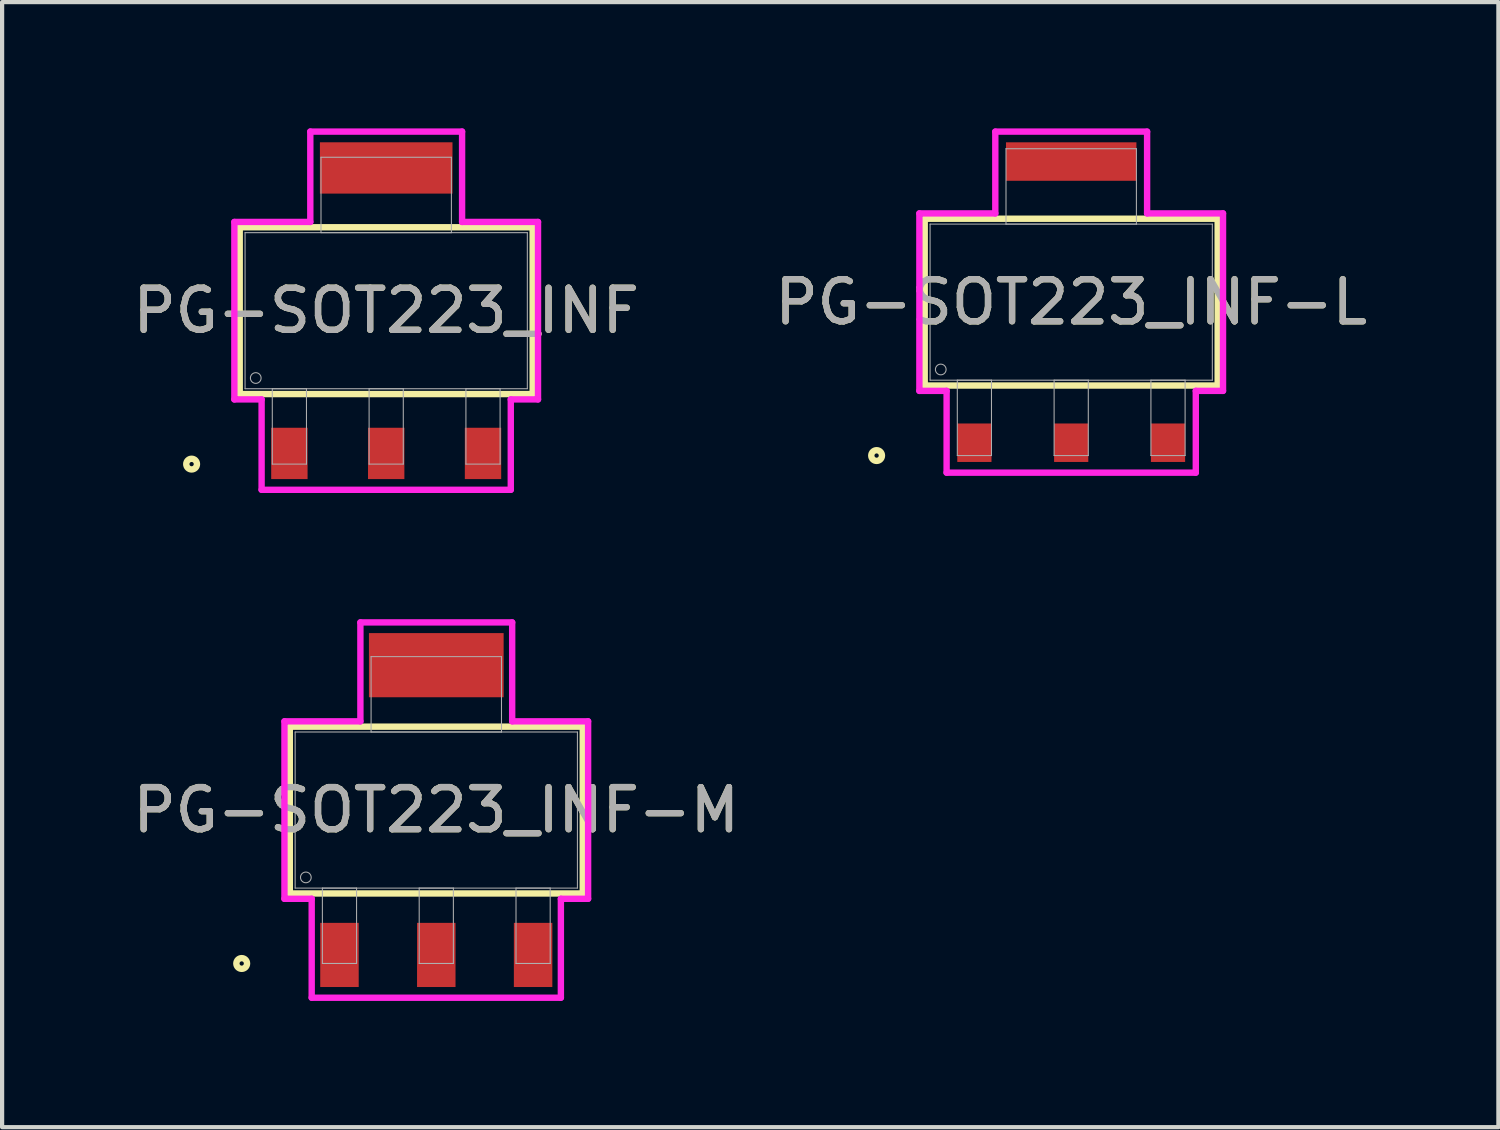
<source format=kicad_pcb>
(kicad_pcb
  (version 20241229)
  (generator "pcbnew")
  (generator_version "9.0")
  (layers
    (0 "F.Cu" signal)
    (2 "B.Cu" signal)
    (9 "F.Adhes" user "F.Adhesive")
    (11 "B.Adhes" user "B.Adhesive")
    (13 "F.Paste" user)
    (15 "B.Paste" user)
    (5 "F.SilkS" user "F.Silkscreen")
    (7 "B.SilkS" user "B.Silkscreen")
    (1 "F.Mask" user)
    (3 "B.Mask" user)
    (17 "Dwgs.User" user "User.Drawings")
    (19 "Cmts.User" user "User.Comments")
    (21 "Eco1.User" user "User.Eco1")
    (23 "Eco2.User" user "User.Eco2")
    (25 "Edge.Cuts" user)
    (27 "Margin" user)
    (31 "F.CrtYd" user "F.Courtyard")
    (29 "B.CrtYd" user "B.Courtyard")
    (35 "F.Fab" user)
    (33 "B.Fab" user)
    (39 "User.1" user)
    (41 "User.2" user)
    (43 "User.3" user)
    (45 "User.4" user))
  (footprint "PG-SOT223_INF"
    (layer "F.Cu")
    (at 6.125 4.331)
    (property "Reference" "PG-SOT223_INF" (at 0 0 0) (unlocked yes) (layer "F.SilkS") (effects (font (size 1 1) (thickness 0.15))))
    (attr smd)
    (fp_line (start -3.48 -1.981) (end -3.48 1.981) (stroke (width 0.152) (type solid)) (layer "F.SilkS"))
    (fp_line (start -3.48 1.981) (end 3.48 1.981) (stroke (width 0.152) (type solid)) (layer "F.SilkS"))
    (fp_line (start 3.48 -1.981) (end -3.48 -1.981) (stroke (width 0.152) (type solid)) (layer "F.SilkS"))
    (fp_line (start 3.48 1.981) (end 3.48 -1.981) (stroke (width 0.152) (type solid)) (layer "F.SilkS"))
    (fp_circle (center -4.623 3.645) (end -4.496 3.645) (stroke (width 0.152) (type solid)) (fill no) (layer "F.SilkS"))
    (fp_line (start -3.607 -2.108) (end -1.803 -2.108) (stroke (width 0.152) (type solid)) (layer "F.CrtYd"))
    (fp_line (start -3.607 2.108) (end -3.607 -2.108) (stroke (width 0.152) (type solid)) (layer "F.CrtYd"))
    (fp_line (start -2.96 2.108) (end -3.607 2.108) (stroke (width 0.152) (type solid)) (layer "F.CrtYd"))
    (fp_line (start -2.96 4.255) (end -2.96 2.108) (stroke (width 0.152) (type solid)) (layer "F.CrtYd"))
    (fp_line (start -1.803 -4.255) (end 1.803 -4.255) (stroke (width 0.152) (type solid)) (layer "F.CrtYd"))
    (fp_line (start -1.803 -2.108) (end -1.803 -4.255) (stroke (width 0.152) (type solid)) (layer "F.CrtYd"))
    (fp_line (start 1.803 -4.255) (end 1.803 -2.108) (stroke (width 0.152) (type solid)) (layer "F.CrtYd"))
    (fp_line (start 1.803 -2.108) (end 3.607 -2.108) (stroke (width 0.152) (type solid)) (layer "F.CrtYd"))
    (fp_line (start 2.96 2.108) (end 2.96 4.255) (stroke (width 0.152) (type solid)) (layer "F.CrtYd"))
    (fp_line (start 2.96 4.255) (end -2.96 4.255) (stroke (width 0.152) (type solid)) (layer "F.CrtYd"))
    (fp_line (start 3.607 -2.108) (end 3.607 2.108) (stroke (width 0.152) (type solid)) (layer "F.CrtYd"))
    (fp_line (start 3.607 2.108) (end 2.96 2.108) (stroke (width 0.152) (type solid)) (layer "F.CrtYd"))
    (fp_line (start -3.353 -1.854) (end -3.353 1.854) (stroke (width 0.025) (type solid)) (layer "F.Fab"))
    (fp_line (start -3.353 1.854) (end 3.353 1.854) (stroke (width 0.025) (type solid)) (layer "F.Fab"))
    (fp_line (start -2.706 1.854) (end -2.706 3.645) (stroke (width 0.025) (type solid)) (layer "F.Fab"))
    (fp_line (start -2.706 3.645) (end -1.894 3.645) (stroke (width 0.025) (type solid)) (layer "F.Fab"))
    (fp_line (start -1.894 1.854) (end -2.706 1.854) (stroke (width 0.025) (type solid)) (layer "F.Fab"))
    (fp_line (start -1.894 3.645) (end -1.894 1.854) (stroke (width 0.025) (type solid)) (layer "F.Fab"))
    (fp_line (start -1.549 -3.645) (end -1.549 -1.854) (stroke (width 0.025) (type solid)) (layer "F.Fab"))
    (fp_line (start -1.549 -1.854) (end 1.549 -1.854) (stroke (width 0.025) (type solid)) (layer "F.Fab"))
    (fp_line (start -0.406 1.854) (end -0.406 3.645) (stroke (width 0.025) (type solid)) (layer "F.Fab"))
    (fp_line (start -0.406 3.645) (end 0.406 3.645) (stroke (width 0.025) (type solid)) (layer "F.Fab"))
    (fp_line (start 0.406 1.854) (end -0.406 1.854) (stroke (width 0.025) (type solid)) (layer "F.Fab"))
    (fp_line (start 0.406 3.645) (end 0.406 1.854) (stroke (width 0.025) (type solid)) (layer "F.Fab"))
    (fp_line (start 1.549 -3.645) (end -1.549 -3.645) (stroke (width 0.025) (type solid)) (layer "F.Fab"))
    (fp_line (start 1.549 -1.854) (end 1.549 -3.645) (stroke (width 0.025) (type solid)) (layer "F.Fab"))
    (fp_line (start 1.894 1.854) (end 1.894 3.645) (stroke (width 0.025) (type solid)) (layer "F.Fab"))
    (fp_line (start 1.894 3.645) (end 2.706 3.645) (stroke (width 0.025) (type solid)) (layer "F.Fab"))
    (fp_line (start 2.706 1.854) (end 1.894 1.854) (stroke (width 0.025) (type solid)) (layer "F.Fab"))
    (fp_line (start 2.706 3.645) (end 2.706 1.854) (stroke (width 0.025) (type solid)) (layer "F.Fab"))
    (fp_line (start 3.353 -1.854) (end -3.353 -1.854) (stroke (width 0.025) (type solid)) (layer "F.Fab"))
    (fp_line (start 3.353 1.854) (end 3.353 -1.854) (stroke (width 0.025) (type solid)) (layer "F.Fab"))
    (fp_circle (center -3.099 1.6) (end -2.972 1.6) (stroke (width 0.025) (type solid)) (fill no) (layer "F.Fab"))
    (fp_text user "${REFERENCE}" (at 0 0 0) (unlocked yes) (layer "F.Fab") (effects (font (size 1 1) (thickness 0.15))))
    (pad "1" smd rect (at -2.3 3.391) (size 0.864 1.219) (layers "F.Cu" "F.Mask" "F.Paste"))
    (pad "2" smd rect (at 0 3.391) (size 0.864 1.219) (layers "F.Cu" "F.Mask" "F.Paste"))
    (pad "3" smd rect (at 2.3 3.391) (size 0.864 1.219) (layers "F.Cu" "F.Mask" "F.Paste"))
    (pad "4" smd rect (at 0 -3.391) (size 3.15 1.219) (layers "F.Cu" "F.Mask" "F.Paste")))
  (footprint "PG-SOT223_INF-M"
    (layer "F.Cu")
    (at 7.315 16.195)
    (property "Reference" "PG-SOT223_INF-M" (at 0 0 0) (unlocked yes) (layer "F.SilkS") (effects (font (size 1 1) (thickness 0.15))))
    (attr smd)
    (fp_line (start -3.48 -1.981) (end -3.48 1.981) (stroke (width 0.152) (type solid)) (layer "F.SilkS"))
    (fp_line (start -3.48 1.981) (end 3.48 1.981) (stroke (width 0.152) (type solid)) (layer "F.SilkS"))
    (fp_line (start 3.48 -1.981) (end -3.48 -1.981) (stroke (width 0.152) (type solid)) (layer "F.SilkS"))
    (fp_line (start 3.48 1.981) (end 3.48 -1.981) (stroke (width 0.152) (type solid)) (layer "F.SilkS"))
    (fp_circle (center -4.623 3.645) (end -4.496 3.645) (stroke (width 0.152) (type solid)) (fill no) (layer "F.SilkS"))
    (fp_line (start -3.607 -2.108) (end -1.803 -2.108) (stroke (width 0.152) (type solid)) (layer "F.CrtYd"))
    (fp_line (start -3.607 2.108) (end -3.607 -2.108) (stroke (width 0.152) (type solid)) (layer "F.CrtYd"))
    (fp_line (start -2.96 2.108) (end -3.607 2.108) (stroke (width 0.152) (type solid)) (layer "F.CrtYd"))
    (fp_line (start -2.96 4.458) (end -2.96 2.108) (stroke (width 0.152) (type solid)) (layer "F.CrtYd"))
    (fp_line (start -1.803 -4.458) (end 1.803 -4.458) (stroke (width 0.152) (type solid)) (layer "F.CrtYd"))
    (fp_line (start -1.803 -2.108) (end -1.803 -4.458) (stroke (width 0.152) (type solid)) (layer "F.CrtYd"))
    (fp_line (start 1.803 -4.458) (end 1.803 -2.108) (stroke (width 0.152) (type solid)) (layer "F.CrtYd"))
    (fp_line (start 1.803 -2.108) (end 3.607 -2.108) (stroke (width 0.152) (type solid)) (layer "F.CrtYd"))
    (fp_line (start 2.96 2.108) (end 2.96 4.458) (stroke (width 0.152) (type solid)) (layer "F.CrtYd"))
    (fp_line (start 2.96 4.458) (end -2.96 4.458) (stroke (width 0.152) (type solid)) (layer "F.CrtYd"))
    (fp_line (start 3.607 -2.108) (end 3.607 2.108) (stroke (width 0.152) (type solid)) (layer "F.CrtYd"))
    (fp_line (start 3.607 2.108) (end 2.96 2.108) (stroke (width 0.152) (type solid)) (layer "F.CrtYd"))
    (fp_line (start -3.353 -1.854) (end -3.353 1.854) (stroke (width 0.025) (type solid)) (layer "F.Fab"))
    (fp_line (start -3.353 1.854) (end 3.353 1.854) (stroke (width 0.025) (type solid)) (layer "F.Fab"))
    (fp_line (start -2.706 1.854) (end -2.706 3.645) (stroke (width 0.025) (type solid)) (layer "F.Fab"))
    (fp_line (start -2.706 3.645) (end -1.894 3.645) (stroke (width 0.025) (type solid)) (layer "F.Fab"))
    (fp_line (start -1.894 1.854) (end -2.706 1.854) (stroke (width 0.025) (type solid)) (layer "F.Fab"))
    (fp_line (start -1.894 3.645) (end -1.894 1.854) (stroke (width 0.025) (type solid)) (layer "F.Fab"))
    (fp_line (start -1.549 -3.645) (end -1.549 -1.854) (stroke (width 0.025) (type solid)) (layer "F.Fab"))
    (fp_line (start -1.549 -1.854) (end 1.549 -1.854) (stroke (width 0.025) (type solid)) (layer "F.Fab"))
    (fp_line (start -0.406 1.854) (end -0.406 3.645) (stroke (width 0.025) (type solid)) (layer "F.Fab"))
    (fp_line (start -0.406 3.645) (end 0.406 3.645) (stroke (width 0.025) (type solid)) (layer "F.Fab"))
    (fp_line (start 0.406 1.854) (end -0.406 1.854) (stroke (width 0.025) (type solid)) (layer "F.Fab"))
    (fp_line (start 0.406 3.645) (end 0.406 1.854) (stroke (width 0.025) (type solid)) (layer "F.Fab"))
    (fp_line (start 1.549 -3.645) (end -1.549 -3.645) (stroke (width 0.025) (type solid)) (layer "F.Fab"))
    (fp_line (start 1.549 -1.854) (end 1.549 -3.645) (stroke (width 0.025) (type solid)) (layer "F.Fab"))
    (fp_line (start 1.894 1.854) (end 1.894 3.645) (stroke (width 0.025) (type solid)) (layer "F.Fab"))
    (fp_line (start 1.894 3.645) (end 2.706 3.645) (stroke (width 0.025) (type solid)) (layer "F.Fab"))
    (fp_line (start 2.706 1.854) (end 1.894 1.854) (stroke (width 0.025) (type solid)) (layer "F.Fab"))
    (fp_line (start 2.706 3.645) (end 2.706 1.854) (stroke (width 0.025) (type solid)) (layer "F.Fab"))
    (fp_line (start 3.353 -1.854) (end -3.353 -1.854) (stroke (width 0.025) (type solid)) (layer "F.Fab"))
    (fp_line (start 3.353 1.854) (end 3.353 -1.854) (stroke (width 0.025) (type solid)) (layer "F.Fab"))
    (fp_circle (center -3.099 1.6) (end -2.972 1.6) (stroke (width 0.025) (type solid)) (fill no) (layer "F.Fab"))
    (fp_text user "${REFERENCE}" (at 0 0 0) (unlocked yes) (layer "F.Fab") (effects (font (size 1 1) (thickness 0.15))))
    (pad "1" smd rect (at -2.3 3.442) (size 0.914 1.524) (layers "F.Cu" "F.Mask" "F.Paste"))
    (pad "2" smd rect (at 0 3.442) (size 0.914 1.524) (layers "F.Cu" "F.Mask" "F.Paste"))
    (pad "3" smd rect (at 2.3 3.442) (size 0.914 1.524) (layers "F.Cu" "F.Mask" "F.Paste"))
    (pad "4" smd rect (at 0 -3.442) (size 3.2 1.524) (layers "F.Cu" "F.Mask" "F.Paste")))
  (footprint "PG-SOT223_INF-L"
    (layer "F.Cu")
    (at 22.399 4.128)
    (property "Reference" "PG-SOT223_INF-L" (at 0 0 0) (unlocked yes) (layer "F.SilkS") (effects (font (size 1 1) (thickness 0.15))))
    (attr smd)
    (fp_line (start -3.48 -1.981) (end -3.48 1.981) (stroke (width 0.152) (type solid)) (layer "F.SilkS"))
    (fp_line (start -3.48 1.981) (end 3.48 1.981) (stroke (width 0.152) (type solid)) (layer "F.SilkS"))
    (fp_line (start 3.48 -1.981) (end -3.48 -1.981) (stroke (width 0.152) (type solid)) (layer "F.SilkS"))
    (fp_line (start 3.48 1.981) (end 3.48 -1.981) (stroke (width 0.152) (type solid)) (layer "F.SilkS"))
    (fp_circle (center -4.623 3.645) (end -4.496 3.645) (stroke (width 0.152) (type solid)) (fill no) (layer "F.SilkS"))
    (fp_line (start -3.607 -2.108) (end -1.803 -2.108) (stroke (width 0.152) (type solid)) (layer "F.CrtYd"))
    (fp_line (start -3.607 2.108) (end -3.607 -2.108) (stroke (width 0.152) (type solid)) (layer "F.CrtYd"))
    (fp_line (start -2.96 2.108) (end -3.607 2.108) (stroke (width 0.152) (type solid)) (layer "F.CrtYd"))
    (fp_line (start -2.96 4.051) (end -2.96 2.108) (stroke (width 0.152) (type solid)) (layer "F.CrtYd"))
    (fp_line (start -1.803 -4.051) (end 1.803 -4.051) (stroke (width 0.152) (type solid)) (layer "F.CrtYd"))
    (fp_line (start -1.803 -2.108) (end -1.803 -4.051) (stroke (width 0.152) (type solid)) (layer "F.CrtYd"))
    (fp_line (start 1.803 -4.051) (end 1.803 -2.108) (stroke (width 0.152) (type solid)) (layer "F.CrtYd"))
    (fp_line (start 1.803 -2.108) (end 3.607 -2.108) (stroke (width 0.152) (type solid)) (layer "F.CrtYd"))
    (fp_line (start 2.96 2.108) (end 2.96 4.051) (stroke (width 0.152) (type solid)) (layer "F.CrtYd"))
    (fp_line (start 2.96 4.051) (end -2.96 4.051) (stroke (width 0.152) (type solid)) (layer "F.CrtYd"))
    (fp_line (start 3.607 -2.108) (end 3.607 2.108) (stroke (width 0.152) (type solid)) (layer "F.CrtYd"))
    (fp_line (start 3.607 2.108) (end 2.96 2.108) (stroke (width 0.152) (type solid)) (layer "F.CrtYd"))
    (fp_line (start -3.353 -1.854) (end -3.353 1.854) (stroke (width 0.025) (type solid)) (layer "F.Fab"))
    (fp_line (start -3.353 1.854) (end 3.353 1.854) (stroke (width 0.025) (type solid)) (layer "F.Fab"))
    (fp_line (start -2.706 1.854) (end -2.706 3.645) (stroke (width 0.025) (type solid)) (layer "F.Fab"))
    (fp_line (start -2.706 3.645) (end -1.894 3.645) (stroke (width 0.025) (type solid)) (layer "F.Fab"))
    (fp_line (start -1.894 1.854) (end -2.706 1.854) (stroke (width 0.025) (type solid)) (layer "F.Fab"))
    (fp_line (start -1.894 3.645) (end -1.894 1.854) (stroke (width 0.025) (type solid)) (layer "F.Fab"))
    (fp_line (start -1.549 -3.645) (end -1.549 -1.854) (stroke (width 0.025) (type solid)) (layer "F.Fab"))
    (fp_line (start -1.549 -1.854) (end 1.549 -1.854) (stroke (width 0.025) (type solid)) (layer "F.Fab"))
    (fp_line (start -0.406 1.854) (end -0.406 3.645) (stroke (width 0.025) (type solid)) (layer "F.Fab"))
    (fp_line (start -0.406 3.645) (end 0.406 3.645) (stroke (width 0.025) (type solid)) (layer "F.Fab"))
    (fp_line (start 0.406 1.854) (end -0.406 1.854) (stroke (width 0.025) (type solid)) (layer "F.Fab"))
    (fp_line (start 0.406 3.645) (end 0.406 1.854) (stroke (width 0.025) (type solid)) (layer "F.Fab"))
    (fp_line (start 1.549 -3.645) (end -1.549 -3.645) (stroke (width 0.025) (type solid)) (layer "F.Fab"))
    (fp_line (start 1.549 -1.854) (end 1.549 -3.645) (stroke (width 0.025) (type solid)) (layer "F.Fab"))
    (fp_line (start 1.894 1.854) (end 1.894 3.645) (stroke (width 0.025) (type solid)) (layer "F.Fab"))
    (fp_line (start 1.894 3.645) (end 2.706 3.645) (stroke (width 0.025) (type solid)) (layer "F.Fab"))
    (fp_line (start 2.706 1.854) (end 1.894 1.854) (stroke (width 0.025) (type solid)) (layer "F.Fab"))
    (fp_line (start 2.706 3.645) (end 2.706 1.854) (stroke (width 0.025) (type solid)) (layer "F.Fab"))
    (fp_line (start 3.353 -1.854) (end -3.353 -1.854) (stroke (width 0.025) (type solid)) (layer "F.Fab"))
    (fp_line (start 3.353 1.854) (end 3.353 -1.854) (stroke (width 0.025) (type solid)) (layer "F.Fab"))
    (fp_circle (center -3.099 1.6) (end -2.972 1.6) (stroke (width 0.025) (type solid)) (fill no) (layer "F.Fab"))
    (fp_text user "${REFERENCE}" (at 0 0 0) (unlocked yes) (layer "F.Fab") (effects (font (size 1 1) (thickness 0.15))))
    (pad "1" smd rect (at -2.3 3.34) (size 0.813 0.914) (layers "F.Cu" "F.Mask" "F.Paste"))
    (pad "2" smd rect (at 0 3.34) (size 0.813 0.914) (layers "F.Cu" "F.Mask" "F.Paste"))
    (pad "3" smd rect (at 2.3 3.34) (size 0.813 0.914) (layers "F.Cu" "F.Mask" "F.Paste"))
    (pad "4" smd rect (at 0 -3.34) (size 3.099 0.914) (layers "F.Cu" "F.Mask" "F.Paste")))
  (gr_rect
    (start -3 -3)
    (end 32.548 23.729)
    (stroke (width 0.1) (type default))
    (fill no)
    (layer "Edge.Cuts")))
</source>
